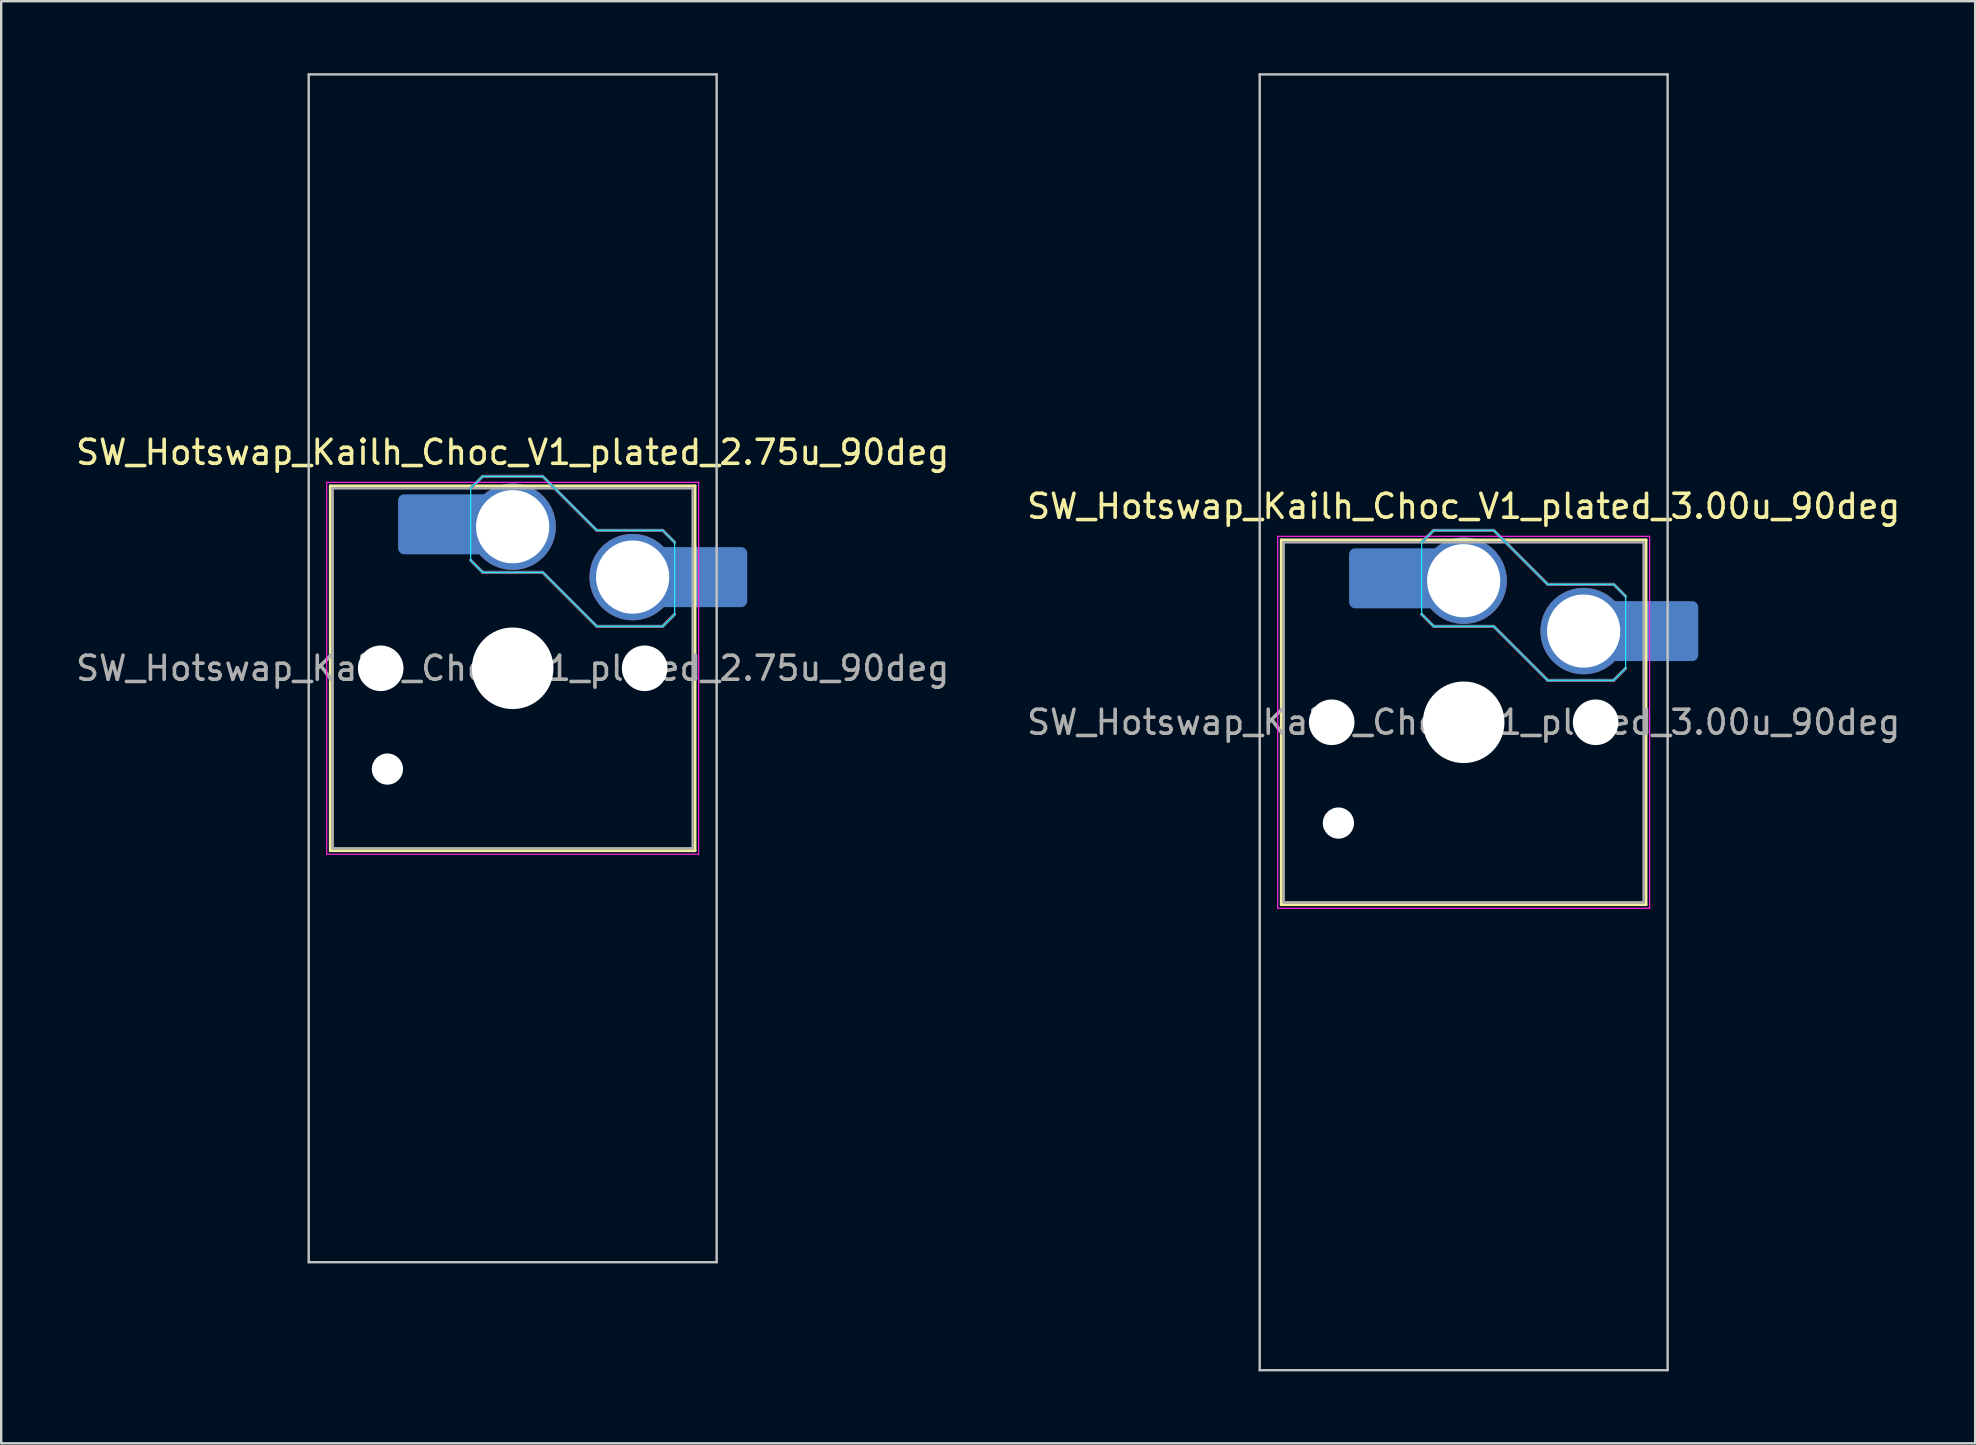
<source format=kicad_pcb>
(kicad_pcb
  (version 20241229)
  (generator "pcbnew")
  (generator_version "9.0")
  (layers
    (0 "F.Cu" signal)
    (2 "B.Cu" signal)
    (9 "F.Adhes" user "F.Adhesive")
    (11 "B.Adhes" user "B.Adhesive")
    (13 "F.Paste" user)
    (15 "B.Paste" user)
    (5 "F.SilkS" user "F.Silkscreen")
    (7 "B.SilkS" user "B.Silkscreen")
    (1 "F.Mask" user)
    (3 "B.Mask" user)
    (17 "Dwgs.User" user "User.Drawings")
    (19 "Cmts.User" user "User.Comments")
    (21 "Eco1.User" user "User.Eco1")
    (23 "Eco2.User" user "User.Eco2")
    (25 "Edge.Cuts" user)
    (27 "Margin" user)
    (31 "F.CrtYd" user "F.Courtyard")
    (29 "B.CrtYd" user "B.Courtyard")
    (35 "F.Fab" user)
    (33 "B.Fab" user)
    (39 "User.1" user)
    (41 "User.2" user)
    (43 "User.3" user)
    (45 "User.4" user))
  (footprint "SW_Hotswap_Kailh_Choc_V1_plated_2.75u_90deg"
    (layer "F.Cu")
    (at 18.315 24.8)
    (property "Reference" "SW_Hotswap_Kailh_Choc_V1_plated_2.75u_90deg" (at 0 -9 0) (layer "F.SilkS") (effects (font (size 1 1) (thickness 0.15))))
    (attr smd)
    (fp_line (start -7.6 -7.6) (end -7.6 7.6) (stroke (width 0.12) (type solid)) (layer "F.SilkS"))
    (fp_line (start -7.6 7.6) (end 7.6 7.6) (stroke (width 0.12) (type solid)) (layer "F.SilkS"))
    (fp_line (start 7.6 -7.6) (end -7.6 -7.6) (stroke (width 0.12) (type solid)) (layer "F.SilkS"))
    (fp_line (start 7.6 7.6) (end 7.6 -7.6) (stroke (width 0.12) (type solid)) (layer "F.SilkS"))
    (fp_line (start -1.75 -7.5) (end -1.25 -8) (stroke (width 0.12) (type solid)) (layer "B.SilkS"))
    (fp_line (start -1.25 -8) (end 1.25 -8) (stroke (width 0.12) (type solid)) (layer "B.SilkS"))
    (fp_line (start -1.25 -4) (end -1.75 -4.5) (stroke (width 0.12) (type solid)) (layer "B.SilkS"))
    (fp_line (start 1.25 -8) (end 3.5 -5.75) (stroke (width 0.12) (type solid)) (layer "B.SilkS"))
    (fp_line (start 1.25 -4) (end -1.25 -4) (stroke (width 0.12) (type solid)) (layer "B.SilkS"))
    (fp_line (start 3.5 -5.75) (end 6.25 -5.75) (stroke (width 0.12) (type solid)) (layer "B.SilkS"))
    (fp_line (start 3.5 -1.75) (end 1.25 -4) (stroke (width 0.12) (type solid)) (layer "B.SilkS"))
    (fp_line (start 6.25 -5.75) (end 6.75 -5.25) (stroke (width 0.12) (type solid)) (layer "B.SilkS"))
    (fp_line (start 6.25 -1.75) (end 3.5 -1.75) (stroke (width 0.12) (type solid)) (layer "B.SilkS"))
    (fp_line (start 6.75 -2.25) (end 6.25 -1.75) (stroke (width 0.12) (type solid)) (layer "B.SilkS"))
    (fp_line (start -8.5 -24.75) (end 8.5 -24.75) (stroke (width 0.1) (type solid)) (layer "Dwgs.User"))
    (fp_line (start -8.5 24.75) (end -8.5 -24.75) (stroke (width 0.1) (type solid)) (layer "Dwgs.User"))
    (fp_line (start 8.5 -24.75) (end 8.5 24.75) (stroke (width 0.1) (type solid)) (layer "Dwgs.User"))
    (fp_line (start 8.5 24.75) (end -8.5 24.75) (stroke (width 0.1) (type solid)) (layer "Dwgs.User"))
    (fp_line (start -7.25 -7.25) (end -7.25 7.25) (stroke (width 0.1) (type solid)) (layer "Eco1.User"))
    (fp_line (start -7.25 7.25) (end 7.25 7.25) (stroke (width 0.1) (type solid)) (layer "Eco1.User"))
    (fp_line (start 7.25 -7.25) (end -7.25 -7.25) (stroke (width 0.1) (type solid)) (layer "Eco1.User"))
    (fp_line (start 7.25 7.25) (end 7.25 -7.25) (stroke (width 0.1) (type solid)) (layer "Eco1.User"))
    (fp_line (start -1.75 -7.5) (end -1.25 -8) (stroke (width 0.05) (type solid)) (layer "B.CrtYd"))
    (fp_line (start -1.75 -4.5) (end -1.75 -7.5) (stroke (width 0.05) (type solid)) (layer "B.CrtYd"))
    (fp_line (start -1.25 -8) (end 1.25 -8) (stroke (width 0.05) (type solid)) (layer "B.CrtYd"))
    (fp_line (start -1.25 -4) (end -1.75 -4.5) (stroke (width 0.05) (type solid)) (layer "B.CrtYd"))
    (fp_line (start 1.25 -8) (end 3.5 -5.75) (stroke (width 0.05) (type solid)) (layer "B.CrtYd"))
    (fp_line (start 1.25 -4) (end -1.25 -4) (stroke (width 0.05) (type solid)) (layer "B.CrtYd"))
    (fp_line (start 3.5 -5.75) (end 6.25 -5.75) (stroke (width 0.05) (type solid)) (layer "B.CrtYd"))
    (fp_line (start 3.5 -1.75) (end 1.25 -4) (stroke (width 0.05) (type solid)) (layer "B.CrtYd"))
    (fp_line (start 6.25 -5.75) (end 6.75 -5.25) (stroke (width 0.05) (type solid)) (layer "B.CrtYd"))
    (fp_line (start 6.25 -1.75) (end 3.5 -1.75) (stroke (width 0.05) (type solid)) (layer "B.CrtYd"))
    (fp_line (start 6.75 -5.25) (end 6.75 -2.25) (stroke (width 0.05) (type solid)) (layer "B.CrtYd"))
    (fp_line (start 6.75 -2.25) (end 6.25 -1.75) (stroke (width 0.05) (type solid)) (layer "B.CrtYd"))
    (fp_line (start -7.75 -7.75) (end -7.75 7.75) (stroke (width 0.05) (type solid)) (layer "F.CrtYd"))
    (fp_line (start -7.75 7.75) (end 7.75 7.75) (stroke (width 0.05) (type solid)) (layer "F.CrtYd"))
    (fp_line (start 7.75 -7.75) (end -7.75 -7.75) (stroke (width 0.05) (type solid)) (layer "F.CrtYd"))
    (fp_line (start 7.75 7.75) (end 7.75 -7.75) (stroke (width 0.05) (type solid)) (layer "F.CrtYd"))
    (fp_line (start -1.75 -7.5) (end -1.25 -8) (stroke (width 0.1) (type solid)) (layer "B.Fab"))
    (fp_line (start -1.25 -8) (end 1.25 -8) (stroke (width 0.1) (type solid)) (layer "B.Fab"))
    (fp_line (start -1.25 -4) (end -1.75 -4.5) (stroke (width 0.1) (type solid)) (layer "B.Fab"))
    (fp_line (start 1.25 -8) (end 3.5 -5.75) (stroke (width 0.1) (type solid)) (layer "B.Fab"))
    (fp_line (start 1.25 -4) (end -1.25 -4) (stroke (width 0.1) (type solid)) (layer "B.Fab"))
    (fp_line (start 3.5 -5.75) (end 6.25 -5.75) (stroke (width 0.1) (type solid)) (layer "B.Fab"))
    (fp_line (start 3.5 -1.75) (end 1.25 -4) (stroke (width 0.1) (type solid)) (layer "B.Fab"))
    (fp_line (start 6.25 -5.75) (end 6.75 -5.25) (stroke (width 0.1) (type solid)) (layer "B.Fab"))
    (fp_line (start 6.25 -1.75) (end 3.5 -1.75) (stroke (width 0.1) (type solid)) (layer "B.Fab"))
    (fp_line (start 6.75 -2.25) (end 6.25 -1.75) (stroke (width 0.1) (type solid)) (layer "B.Fab"))
    (fp_line (start -7.5 -7.5) (end -7.5 7.5) (stroke (width 0.1) (type solid)) (layer "F.Fab"))
    (fp_line (start -7.5 7.5) (end 7.5 7.5) (stroke (width 0.1) (type solid)) (layer "F.Fab"))
    (fp_line (start 7.5 -7.5) (end -7.5 -7.5) (stroke (width 0.1) (type solid)) (layer "F.Fab"))
    (fp_line (start 7.5 7.5) (end 7.5 -7.5) (stroke (width 0.1) (type solid)) (layer "F.Fab"))
    (fp_text user "${REFERENCE}" (at 0 0 0) (layer "F.Fab") (effects (font (size 1 1) (thickness 0.15))))
    (pad "" np_thru_hole circle (at -5.5 0) (size 1.9 1.9) (drill 1.9) (layers "*.Cu" "*.Mask"))
    (pad "" np_thru_hole circle (at -5.22 4.2) (size 1.3 1.3) (drill 1.3) (layers "*.Cu" "*.Mask"))
    (pad "" smd roundrect (at -3.5 -6) (size 2.55 2.5) (layers "B.Mask" "B.Paste") (roundrect_rratio 0.1))
    (pad "" np_thru_hole circle (at 0 0) (size 3.4 3.4) (drill 3.4) (layers "*.Cu" "*.Mask"))
    (pad "" np_thru_hole circle (at 5.5 0) (size 1.9 1.9) (drill 1.9) (layers "*.Cu" "*.Mask"))
    (pad "" smd roundrect (at 8.5 -3.8) (size 2.55 2.5) (layers "B.Mask" "B.Paste") (roundrect_rratio 0.1))
    (pad "1" smd roundrect (at -2.85 -6) (size 3.85 2.5) (layers "B.Cu") (roundrect_rratio 0.1))
    (pad "1" thru_hole circle (at 0 -5.9) (size 3.6 3.6) (drill 3.05) (layers "*.Cu" "B.Mask"))
    (pad "2" thru_hole circle (at 5 -3.8) (size 3.6 3.6) (drill 3.05) (layers "*.Cu" "B.Mask"))
    (pad "2" smd roundrect (at 7.85 -3.8) (size 3.85 2.5) (layers "B.Cu") (roundrect_rratio 0.1)))
  (footprint "SW_Hotswap_Kailh_Choc_V1_plated_3.00u_90deg"
    (layer "F.Cu")
    (at 57.946 27.05)
    (property "Reference" "SW_Hotswap_Kailh_Choc_V1_plated_3.00u_90deg" (at 0 -9 0) (layer "F.SilkS") (effects (font (size 1 1) (thickness 0.15))))
    (attr smd)
    (fp_line (start -7.6 -7.6) (end -7.6 7.6) (stroke (width 0.12) (type solid)) (layer "F.SilkS"))
    (fp_line (start -7.6 7.6) (end 7.6 7.6) (stroke (width 0.12) (type solid)) (layer "F.SilkS"))
    (fp_line (start 7.6 -7.6) (end -7.6 -7.6) (stroke (width 0.12) (type solid)) (layer "F.SilkS"))
    (fp_line (start 7.6 7.6) (end 7.6 -7.6) (stroke (width 0.12) (type solid)) (layer "F.SilkS"))
    (fp_line (start -1.75 -7.5) (end -1.25 -8) (stroke (width 0.12) (type solid)) (layer "B.SilkS"))
    (fp_line (start -1.25 -8) (end 1.25 -8) (stroke (width 0.12) (type solid)) (layer "B.SilkS"))
    (fp_line (start -1.25 -4) (end -1.75 -4.5) (stroke (width 0.12) (type solid)) (layer "B.SilkS"))
    (fp_line (start 1.25 -8) (end 3.5 -5.75) (stroke (width 0.12) (type solid)) (layer "B.SilkS"))
    (fp_line (start 1.25 -4) (end -1.25 -4) (stroke (width 0.12) (type solid)) (layer "B.SilkS"))
    (fp_line (start 3.5 -5.75) (end 6.25 -5.75) (stroke (width 0.12) (type solid)) (layer "B.SilkS"))
    (fp_line (start 3.5 -1.75) (end 1.25 -4) (stroke (width 0.12) (type solid)) (layer "B.SilkS"))
    (fp_line (start 6.25 -5.75) (end 6.75 -5.25) (stroke (width 0.12) (type solid)) (layer "B.SilkS"))
    (fp_line (start 6.25 -1.75) (end 3.5 -1.75) (stroke (width 0.12) (type solid)) (layer "B.SilkS"))
    (fp_line (start 6.75 -2.25) (end 6.25 -1.75) (stroke (width 0.12) (type solid)) (layer "B.SilkS"))
    (fp_line (start -8.5 -27) (end 8.5 -27) (stroke (width 0.1) (type solid)) (layer "Dwgs.User"))
    (fp_line (start -8.5 27) (end -8.5 -27) (stroke (width 0.1) (type solid)) (layer "Dwgs.User"))
    (fp_line (start 8.5 -27) (end 8.5 27) (stroke (width 0.1) (type solid)) (layer "Dwgs.User"))
    (fp_line (start 8.5 27) (end -8.5 27) (stroke (width 0.1) (type solid)) (layer "Dwgs.User"))
    (fp_line (start -7.25 -7.25) (end -7.25 7.25) (stroke (width 0.1) (type solid)) (layer "Eco1.User"))
    (fp_line (start -7.25 7.25) (end 7.25 7.25) (stroke (width 0.1) (type solid)) (layer "Eco1.User"))
    (fp_line (start 7.25 -7.25) (end -7.25 -7.25) (stroke (width 0.1) (type solid)) (layer "Eco1.User"))
    (fp_line (start 7.25 7.25) (end 7.25 -7.25) (stroke (width 0.1) (type solid)) (layer "Eco1.User"))
    (fp_line (start -1.75 -7.5) (end -1.25 -8) (stroke (width 0.05) (type solid)) (layer "B.CrtYd"))
    (fp_line (start -1.75 -4.5) (end -1.75 -7.5) (stroke (width 0.05) (type solid)) (layer "B.CrtYd"))
    (fp_line (start -1.25 -8) (end 1.25 -8) (stroke (width 0.05) (type solid)) (layer "B.CrtYd"))
    (fp_line (start -1.25 -4) (end -1.75 -4.5) (stroke (width 0.05) (type solid)) (layer "B.CrtYd"))
    (fp_line (start 1.25 -8) (end 3.5 -5.75) (stroke (width 0.05) (type solid)) (layer "B.CrtYd"))
    (fp_line (start 1.25 -4) (end -1.25 -4) (stroke (width 0.05) (type solid)) (layer "B.CrtYd"))
    (fp_line (start 3.5 -5.75) (end 6.25 -5.75) (stroke (width 0.05) (type solid)) (layer "B.CrtYd"))
    (fp_line (start 3.5 -1.75) (end 1.25 -4) (stroke (width 0.05) (type solid)) (layer "B.CrtYd"))
    (fp_line (start 6.25 -5.75) (end 6.75 -5.25) (stroke (width 0.05) (type solid)) (layer "B.CrtYd"))
    (fp_line (start 6.25 -1.75) (end 3.5 -1.75) (stroke (width 0.05) (type solid)) (layer "B.CrtYd"))
    (fp_line (start 6.75 -5.25) (end 6.75 -2.25) (stroke (width 0.05) (type solid)) (layer "B.CrtYd"))
    (fp_line (start 6.75 -2.25) (end 6.25 -1.75) (stroke (width 0.05) (type solid)) (layer "B.CrtYd"))
    (fp_line (start -7.75 -7.75) (end -7.75 7.75) (stroke (width 0.05) (type solid)) (layer "F.CrtYd"))
    (fp_line (start -7.75 7.75) (end 7.75 7.75) (stroke (width 0.05) (type solid)) (layer "F.CrtYd"))
    (fp_line (start 7.75 -7.75) (end -7.75 -7.75) (stroke (width 0.05) (type solid)) (layer "F.CrtYd"))
    (fp_line (start 7.75 7.75) (end 7.75 -7.75) (stroke (width 0.05) (type solid)) (layer "F.CrtYd"))
    (fp_line (start -1.75 -7.5) (end -1.25 -8) (stroke (width 0.1) (type solid)) (layer "B.Fab"))
    (fp_line (start -1.25 -8) (end 1.25 -8) (stroke (width 0.1) (type solid)) (layer "B.Fab"))
    (fp_line (start -1.25 -4) (end -1.75 -4.5) (stroke (width 0.1) (type solid)) (layer "B.Fab"))
    (fp_line (start 1.25 -8) (end 3.5 -5.75) (stroke (width 0.1) (type solid)) (layer "B.Fab"))
    (fp_line (start 1.25 -4) (end -1.25 -4) (stroke (width 0.1) (type solid)) (layer "B.Fab"))
    (fp_line (start 3.5 -5.75) (end 6.25 -5.75) (stroke (width 0.1) (type solid)) (layer "B.Fab"))
    (fp_line (start 3.5 -1.75) (end 1.25 -4) (stroke (width 0.1) (type solid)) (layer "B.Fab"))
    (fp_line (start 6.25 -5.75) (end 6.75 -5.25) (stroke (width 0.1) (type solid)) (layer "B.Fab"))
    (fp_line (start 6.25 -1.75) (end 3.5 -1.75) (stroke (width 0.1) (type solid)) (layer "B.Fab"))
    (fp_line (start 6.75 -2.25) (end 6.25 -1.75) (stroke (width 0.1) (type solid)) (layer "B.Fab"))
    (fp_line (start -7.5 -7.5) (end -7.5 7.5) (stroke (width 0.1) (type solid)) (layer "F.Fab"))
    (fp_line (start -7.5 7.5) (end 7.5 7.5) (stroke (width 0.1) (type solid)) (layer "F.Fab"))
    (fp_line (start 7.5 -7.5) (end -7.5 -7.5) (stroke (width 0.1) (type solid)) (layer "F.Fab"))
    (fp_line (start 7.5 7.5) (end 7.5 -7.5) (stroke (width 0.1) (type solid)) (layer "F.Fab"))
    (fp_text user "${REFERENCE}" (at 0 0 0) (layer "F.Fab") (effects (font (size 1 1) (thickness 0.15))))
    (pad "" np_thru_hole circle (at -5.5 0) (size 1.9 1.9) (drill 1.9) (layers "*.Cu" "*.Mask"))
    (pad "" np_thru_hole circle (at -5.22 4.2) (size 1.3 1.3) (drill 1.3) (layers "*.Cu" "*.Mask"))
    (pad "" smd roundrect (at -3.5 -6) (size 2.55 2.5) (layers "B.Mask" "B.Paste") (roundrect_rratio 0.1))
    (pad "" np_thru_hole circle (at 0 0) (size 3.4 3.4) (drill 3.4) (layers "*.Cu" "*.Mask"))
    (pad "" np_thru_hole circle (at 5.5 0) (size 1.9 1.9) (drill 1.9) (layers "*.Cu" "*.Mask"))
    (pad "" smd roundrect (at 8.5 -3.8) (size 2.55 2.5) (layers "B.Mask" "B.Paste") (roundrect_rratio 0.1))
    (pad "1" smd roundrect (at -2.85 -6) (size 3.85 2.5) (layers "B.Cu") (roundrect_rratio 0.1))
    (pad "1" thru_hole circle (at 0 -5.9) (size 3.6 3.6) (drill 3.05) (layers "*.Cu" "B.Mask"))
    (pad "2" thru_hole circle (at 5 -3.8) (size 3.6 3.6) (drill 3.05) (layers "*.Cu" "B.Mask"))
    (pad "2" smd roundrect (at 7.85 -3.8) (size 3.85 2.5) (layers "B.Cu") (roundrect_rratio 0.1)))
  (gr_rect
    (start -3 -3)
    (end 79.262 57.1)
    (stroke (width 0.1) (type default))
    (fill no)
    (layer "Edge.Cuts")))
</source>
